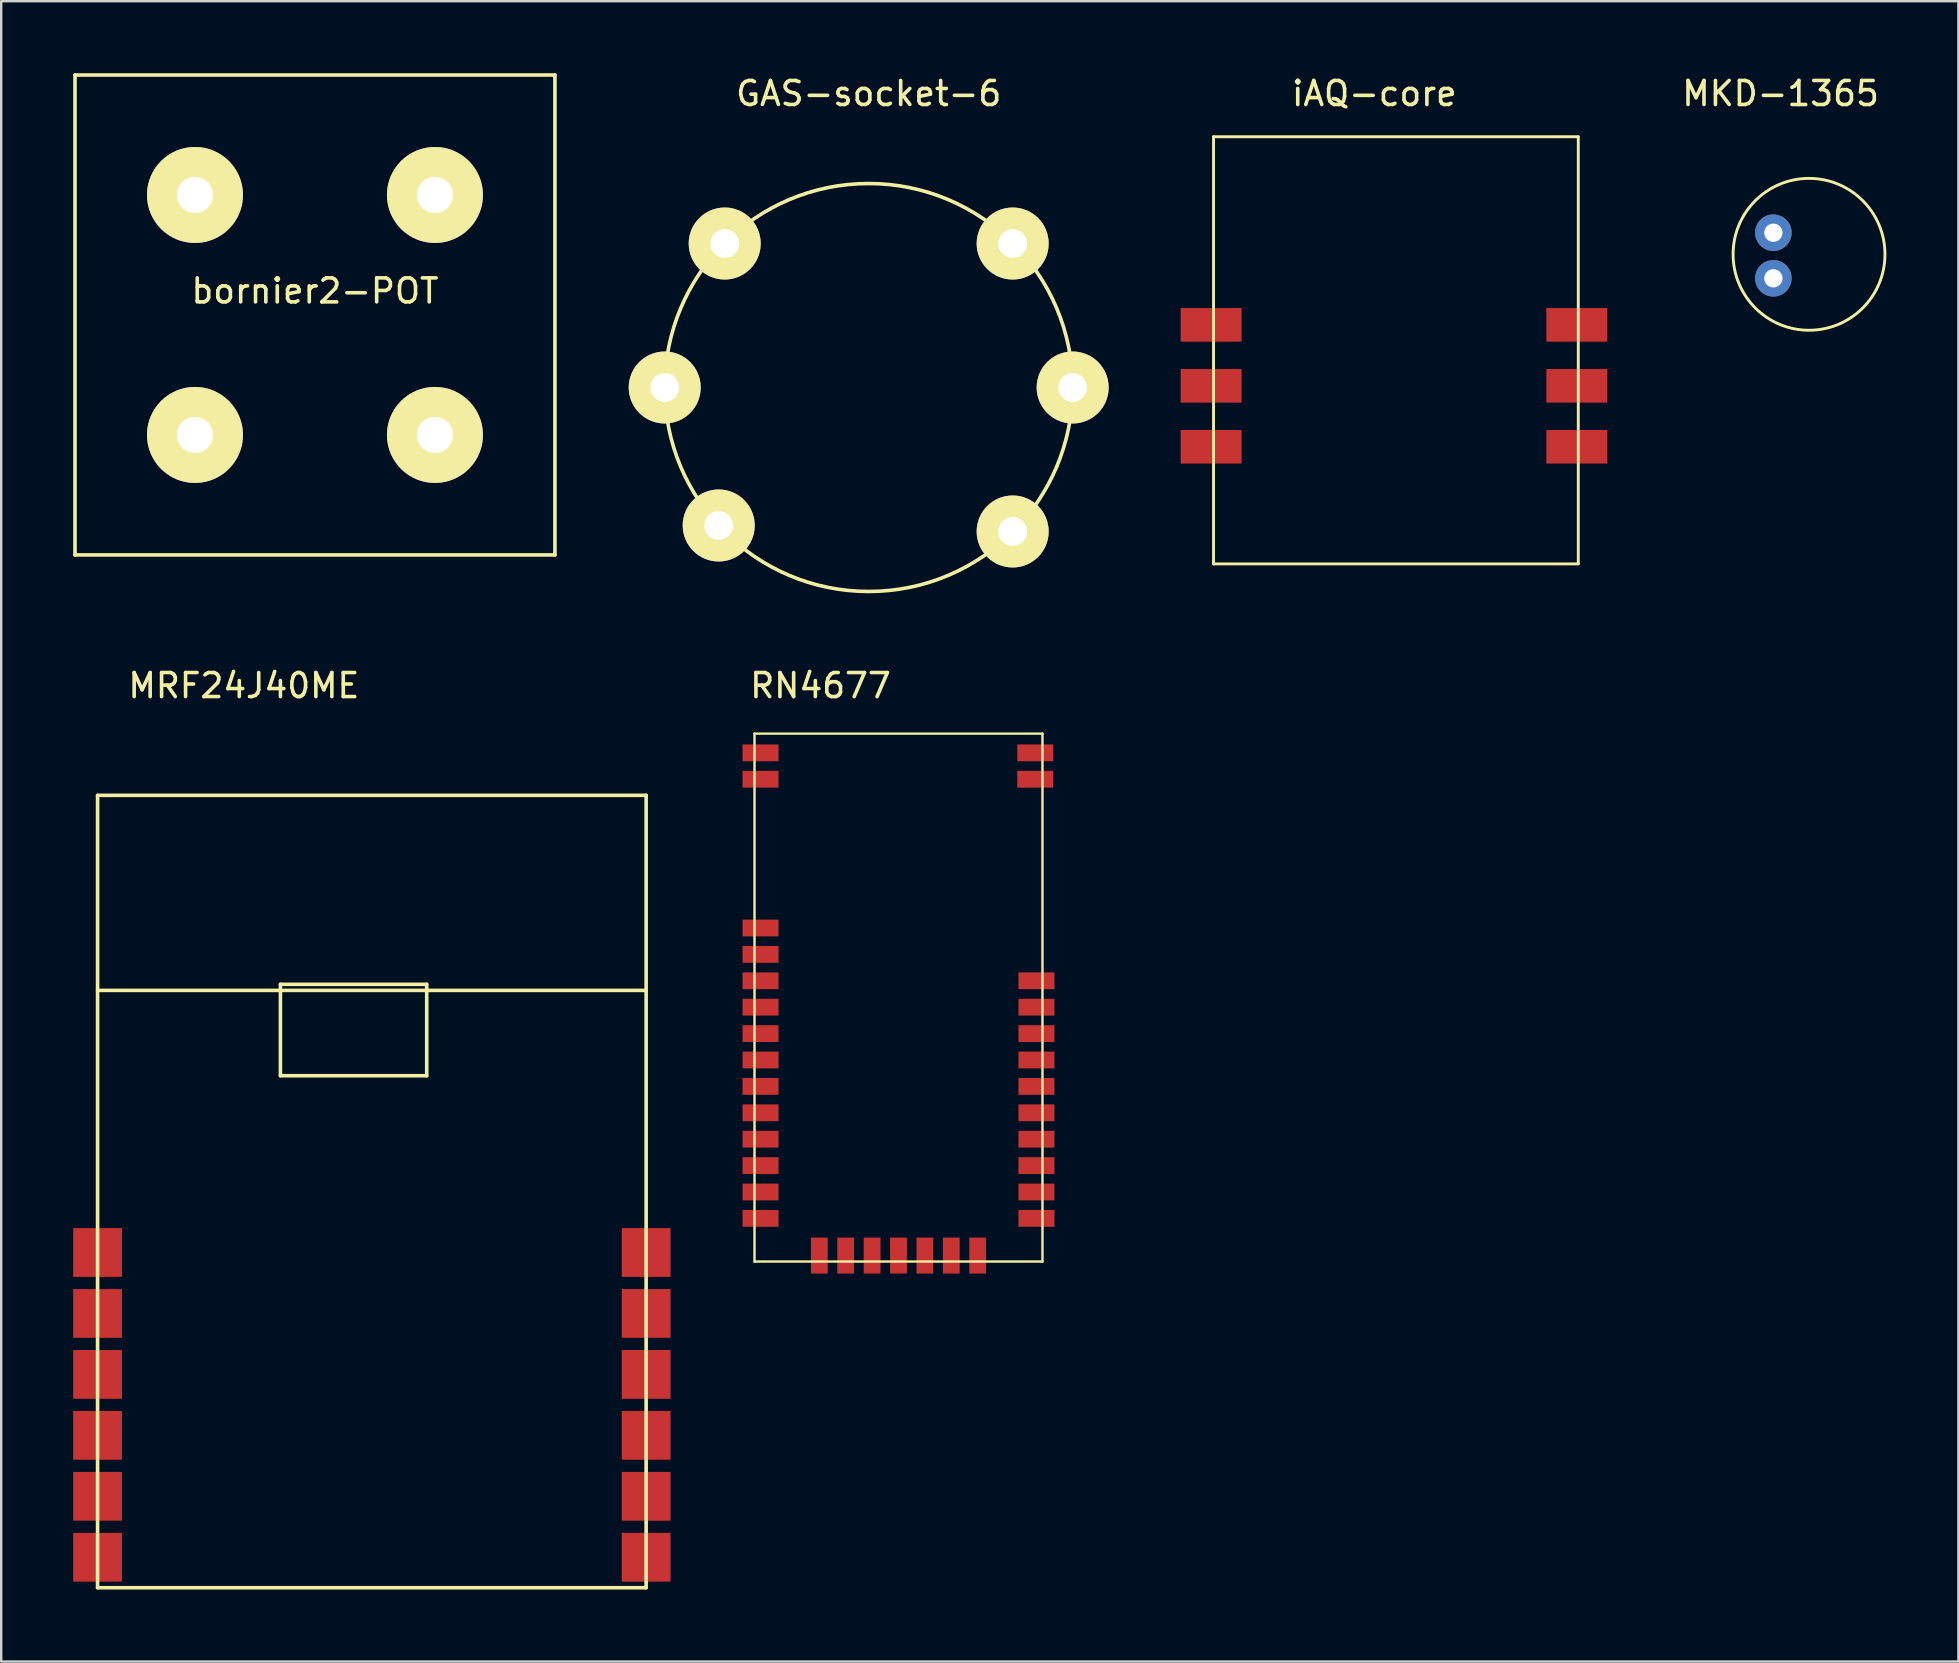
<source format=kicad_pcb>
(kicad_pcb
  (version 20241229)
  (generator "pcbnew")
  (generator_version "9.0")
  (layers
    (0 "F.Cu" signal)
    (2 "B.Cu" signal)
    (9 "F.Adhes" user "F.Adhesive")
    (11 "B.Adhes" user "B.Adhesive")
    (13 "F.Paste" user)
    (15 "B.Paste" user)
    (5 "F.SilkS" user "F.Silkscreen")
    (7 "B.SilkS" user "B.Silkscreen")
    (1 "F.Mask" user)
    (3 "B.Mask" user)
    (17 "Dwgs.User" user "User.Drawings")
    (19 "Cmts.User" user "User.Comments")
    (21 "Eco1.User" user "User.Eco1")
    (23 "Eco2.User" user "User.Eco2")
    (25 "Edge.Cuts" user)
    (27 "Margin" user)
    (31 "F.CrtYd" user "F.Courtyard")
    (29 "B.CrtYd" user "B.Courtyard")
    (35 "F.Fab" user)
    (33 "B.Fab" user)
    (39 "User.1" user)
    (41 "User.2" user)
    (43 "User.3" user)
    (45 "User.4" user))
  (footprint "MRF24J40ME"
    (layer "F.Cu")
    (at 1.016 49.144)
    (property "Reference" "MRF24J40ME" (at 6.096 -23.622 0) (layer "F.SilkS") (effects (font (size 1 1) (thickness 0.15))))
    (attr through_hole)
    (fp_line (start 0 -19.05) (end 0 13.97) (stroke (width 0.15) (type solid)) (layer "F.SilkS"))
    (fp_line (start 0 -19.05) (end 22.86 -19.05) (stroke (width 0.15) (type solid)) (layer "F.SilkS"))
    (fp_line (start 0 -10.922) (end 22.86 -10.922) (stroke (width 0.15) (type solid)) (layer "F.SilkS"))
    (fp_line (start 7.62 -11.176) (end 13.716 -11.176) (stroke (width 0.15) (type solid)) (layer "F.SilkS"))
    (fp_line (start 7.62 -7.366) (end 7.62 -11.176) (stroke (width 0.15) (type solid)) (layer "F.SilkS"))
    (fp_line (start 7.62 -7.366) (end 13.716 -7.366) (stroke (width 0.15) (type solid)) (layer "F.SilkS"))
    (fp_line (start 13.716 -11.176) (end 13.716 -7.366) (stroke (width 0.15) (type solid)) (layer "F.SilkS"))
    (fp_line (start 22.86 -19.05) (end 22.86 13.97) (stroke (width 0.15) (type solid)) (layer "F.SilkS"))
    (fp_line (start 22.86 13.97) (end 0 13.97) (stroke (width 0.15) (type solid)) (layer "F.SilkS"))
    (pad "1" smd rect (at 0 0) (size 2.032 2.032) (layers "F.Cu" "F.Mask" "F.Paste"))
    (pad "2" smd rect (at 0 2.54) (size 2.032 2.032) (layers "F.Cu" "F.Mask" "F.Paste"))
    (pad "3" smd rect (at 0 5.08) (size 2.032 2.032) (layers "F.Cu" "F.Mask" "F.Paste"))
    (pad "4" smd rect (at 0 7.62) (size 2.032 2.032) (layers "F.Cu" "F.Mask" "F.Paste"))
    (pad "5" smd rect (at 0 10.16) (size 2.032 2.032) (layers "F.Cu" "F.Mask" "F.Paste"))
    (pad "6" smd rect (at 0 12.7) (size 2.032 2.032) (layers "F.Cu" "F.Mask" "F.Paste"))
    (pad "7" smd rect (at 22.86 12.7) (size 2.032 2.032) (layers "F.Cu" "F.Mask" "F.Paste"))
    (pad "8" smd rect (at 22.86 10.16) (size 2.032 2.032) (layers "F.Cu" "F.Mask" "F.Paste"))
    (pad "9" smd rect (at 22.86 7.62) (size 2.032 2.032) (layers "F.Cu" "F.Mask" "F.Paste"))
    (pad "10" smd rect (at 22.86 5.08) (size 2.032 2.032) (layers "F.Cu" "F.Mask" "F.Paste"))
    (pad "11" smd rect (at 22.86 2.54) (size 2.032 2.032) (layers "F.Cu" "F.Mask" "F.Paste"))
    (pad "12" smd rect (at 22.86 0) (size 2.032 2.032) (layers "F.Cu" "F.Mask" "F.Paste")))
  (footprint "bornier2-POT"
    (layer "F.Cu")
    (at 5.075 15.075)
    (property "Reference" "bornier2-POT" (at 5 -6 0) (layer "F.SilkS") (effects (font (size 1 1) (thickness 0.15))))
    (attr through_hole)
    (fp_line (start -5 -15) (end 15 -15) (stroke (width 0.15) (type solid)) (layer "F.SilkS"))
    (fp_line (start -5 5) (end -5 -15) (stroke (width 0.15) (type solid)) (layer "F.SilkS"))
    (fp_line (start 15 -15) (end 15 5) (stroke (width 0.15) (type solid)) (layer "F.SilkS"))
    (fp_line (start 15 5) (end -5 5) (stroke (width 0.15) (type solid)) (layer "F.SilkS"))
    (pad "1" thru_hole circle (at 0 -10) (size 4 4) (drill 1.5) (layers "*.Cu" "*.Mask" "F.SilkS"))
    (pad "1" thru_hole circle (at 0 0) (size 4 4) (drill 1.5) (layers "*.Cu" "*.Mask" "F.SilkS"))
    (pad "2" thru_hole circle (at 10 -10) (size 4 4) (drill 1.5) (layers "*.Cu" "*.Mask" "F.SilkS"))
    (pad "2" thru_hole circle (at 10 0) (size 4 4) (drill 1.5) (layers "*.Cu" "*.Mask" "F.SilkS")))
  (footprint "RN4677"
    (placed yes)
    (layer "F.Cu")
    (at 28.392 49.522)
    (property "Reference" "RN4677" (at 2.75 -24 0) (layer "F.SilkS") (effects (font (size 1 1) (thickness 0.15))))
    (attr through_hole)
    (fp_line (start 0 -22) (end 12 -22) (stroke (width 0.1) (type solid)) (layer "F.SilkS"))
    (fp_line (start 0 0) (end 0 -22) (stroke (width 0.1) (type solid)) (layer "F.SilkS"))
    (fp_line (start 12 -22) (end 12 0) (stroke (width 0.1) (type solid)) (layer "F.SilkS"))
    (fp_line (start 12 0) (end 0 0) (stroke (width 0.1) (type solid)) (layer "F.SilkS"))
    (pad "1" smd rect (at 0.25 -21.2) (size 1.5 0.7) (layers "F.Cu" "F.Mask" "F.Paste"))
    (pad "2" smd rect (at 0.25 -20.1) (size 1.5 0.7) (layers "F.Cu" "F.Mask" "F.Paste"))
    (pad "3" smd rect (at 0.25 -13.9) (size 1.5 0.7) (layers "F.Cu" "F.Mask" "F.Paste"))
    (pad "4" smd rect (at 0.25 -12.8) (size 1.5 0.7) (layers "F.Cu" "F.Mask" "F.Paste"))
    (pad "5" smd rect (at 0.25 -11.7) (size 1.5 0.7) (layers "F.Cu" "F.Mask" "F.Paste"))
    (pad "6" smd rect (at 0.25 -10.6) (size 1.5 0.7) (layers "F.Cu" "F.Mask" "F.Paste"))
    (pad "7" smd rect (at 0.25 -9.5) (size 1.5 0.7) (layers "F.Cu" "F.Mask" "F.Paste"))
    (pad "8" smd rect (at 0.25 -8.4) (size 1.5 0.7) (layers "F.Cu" "F.Mask" "F.Paste"))
    (pad "9" smd rect (at 0.25 -7.3) (size 1.5 0.7) (layers "F.Cu" "F.Mask" "F.Paste"))
    (pad "10" smd rect (at 0.25 -6.2) (size 1.5 0.7) (layers "F.Cu" "F.Mask" "F.Paste"))
    (pad "11" smd rect (at 0.25 -5.1) (size 1.5 0.7) (layers "F.Cu" "F.Mask" "F.Paste"))
    (pad "12" smd rect (at 0.25 -4) (size 1.5 0.7) (layers "F.Cu" "F.Mask" "F.Paste"))
    (pad "13" smd rect (at 0.25 -2.9) (size 1.5 0.7) (layers "F.Cu" "F.Mask" "F.Paste"))
    (pad "14" smd rect (at 0.25 -1.8) (size 1.5 0.7) (layers "F.Cu" "F.Mask" "F.Paste"))
    (pad "15" smd rect (at 2.7 -0.25 90) (size 1.5 0.7) (layers "F.Cu" "F.Mask" "F.Paste"))
    (pad "16" smd rect (at 3.8 -0.25 90) (size 1.5 0.7) (layers "F.Cu" "F.Mask" "F.Paste"))
    (pad "17" smd rect (at 4.9 -0.25 90) (size 1.5 0.7) (layers "F.Cu" "F.Mask" "F.Paste"))
    (pad "18" smd rect (at 6 -0.25 90) (size 1.5 0.7) (layers "F.Cu" "F.Mask" "F.Paste"))
    (pad "19" smd rect (at 7.1 -0.25 90) (size 1.5 0.7) (layers "F.Cu" "F.Mask" "F.Paste"))
    (pad "20" smd rect (at 8.2 -0.25 90) (size 1.5 0.7) (layers "F.Cu" "F.Mask" "F.Paste"))
    (pad "21" smd rect (at 9.3 -0.25 90) (size 1.5 0.7) (layers "F.Cu" "F.Mask" "F.Paste"))
    (pad "22" smd rect (at 11.75 -1.8) (size 1.5 0.7) (layers "F.Cu" "F.Mask" "F.Paste"))
    (pad "23" smd rect (at 11.75 -2.9) (size 1.5 0.7) (layers "F.Cu" "F.Mask" "F.Paste"))
    (pad "24" smd rect (at 11.75 -4) (size 1.5 0.7) (layers "F.Cu" "F.Mask" "F.Paste"))
    (pad "25" smd rect (at 11.75 -5.1) (size 1.5 0.7) (layers "F.Cu" "F.Mask" "F.Paste"))
    (pad "26" smd rect (at 11.75 -6.2) (size 1.5 0.7) (layers "F.Cu" "F.Mask" "F.Paste"))
    (pad "27" smd rect (at 11.75 -7.3) (size 1.5 0.7) (layers "F.Cu" "F.Mask" "F.Paste"))
    (pad "28" smd rect (at 11.75 -8.4) (size 1.5 0.7) (layers "F.Cu" "F.Mask" "F.Paste"))
    (pad "29" smd rect (at 11.75 -9.5) (size 1.5 0.7) (layers "F.Cu" "F.Mask" "F.Paste"))
    (pad "30" smd rect (at 11.75 -10.6) (size 1.5 0.7) (layers "F.Cu" "F.Mask" "F.Paste"))
    (pad "31" smd rect (at 11.75 -11.7) (size 1.5 0.7) (layers "F.Cu" "F.Mask" "F.Paste"))
    (pad "32" smd rect (at 11.7 -20.1) (size 1.5 0.7) (layers "F.Cu" "F.Mask" "F.Paste"))
    (pad "33" smd rect (at 11.7 -21.2) (size 1.5 0.7) (layers "F.Cu" "F.Mask" "F.Paste")))
  (footprint "MKD-1365"
    (layer "F.Cu")
    (at 70.85 8.548)
    (property "Reference" "MKD-1365" (at 0.3 -7.7 0) (layer "F.SilkS") (effects (font (size 1 1) (thickness 0.15))))
    (attr through_hole)
    (fp_circle (center 1.486 -1) (end 4.636 -0.7) (stroke (width 0.12) (type solid)) (fill no) (layer "F.SilkS"))
    (pad "1" thru_hole circle (at 0 0) (size 1.524 1.524) (drill 0.762) (layers "*.Cu" "*.Mask"))
    (pad "2" thru_hole circle (at 0 -1.9) (size 1.524 1.524) (drill 0.762) (layers "*.Cu" "*.Mask")))
  (footprint "iAQ-core"
    (layer "F.Cu")
    (at 47.42 7.948)
    (property "Reference" "iAQ-core" (at 6.8 -7.1 0) (layer "F.SilkS") (effects (font (size 1 1) (thickness 0.15))))
    (attr through_hole)
    (fp_line (start 0.1 -5.3) (end 15.3 -5.3) (stroke (width 0.12) (type solid)) (layer "F.SilkS"))
    (fp_line (start 0.1 12.5) (end 0.1 -5.3) (stroke (width 0.12) (type solid)) (layer "F.SilkS"))
    (fp_line (start 15.3 -5.3) (end 15.3 12.5) (stroke (width 0.12) (type solid)) (layer "F.SilkS"))
    (fp_line (start 15.3 12.5) (end 0.1 12.5) (stroke (width 0.12) (type solid)) (layer "F.SilkS"))
    (pad "1" smd rect (at 0 2.54) (size 2.54 1.4) (layers "F.Cu" "F.Mask" "F.Paste"))
    (pad "2" smd rect (at 0 5.08) (size 2.54 1.4) (layers "F.Cu" "F.Mask" "F.Paste"))
    (pad "3" smd rect (at 0 7.62) (size 2.54 1.4) (layers "F.Cu" "F.Mask" "F.Paste"))
    (pad "4" smd rect (at 15.24 7.62) (size 2.54 1.4) (layers "F.Cu" "F.Mask" "F.Paste"))
    (pad "5" smd rect (at 15.24 5.08) (size 2.54 1.4) (layers "F.Cu" "F.Mask" "F.Paste"))
    (pad "6" smd rect (at 15.24 2.54) (size 2.54 1.4) (layers "F.Cu" "F.Mask" "F.Paste")))
  (footprint "GAS-socket-6"
    (layer "F.Cu")
    (at 33.15 13.098)
    (property "Reference" "GAS-socket-6" (at 0 -12.25 0) (layer "F.SilkS") (effects (font (size 1 1) (thickness 0.15))))
    (attr through_hole)
    (fp_circle (center 0 0) (end 8.5 0) (stroke (width 0.15) (type solid)) (fill no) (layer "F.SilkS"))
    (pad "1" thru_hole circle (at -6 -6) (size 3 3) (drill 1.2) (layers "*.Cu" "*.Mask" "F.SilkS"))
    (pad "2" thru_hole circle (at -8.5 0) (size 3 3) (drill 1.2) (layers "*.Cu" "*.Mask" "F.SilkS"))
    (pad "3" thru_hole circle (at -6.25 5.75) (size 3 3) (drill 1.2) (layers "*.Cu" "*.Mask" "F.SilkS"))
    (pad "4" thru_hole circle (at 6 6) (size 3 3) (drill 1.2) (layers "*.Cu" "*.Mask" "F.SilkS"))
    (pad "5" thru_hole circle (at 8.5 0) (size 3 3) (drill 1.2) (layers "*.Cu" "*.Mask" "F.SilkS"))
    (pad "6" thru_hole circle (at 6 -6) (size 3 3) (drill 1.2) (layers "*.Cu" "*.Mask" "F.SilkS")))
  (gr_rect
    (start -3 -3)
    (end 78.56 66.189)
    (stroke (width 0.1) (type default))
    (fill no)
    (layer "Edge.Cuts")))
</source>
